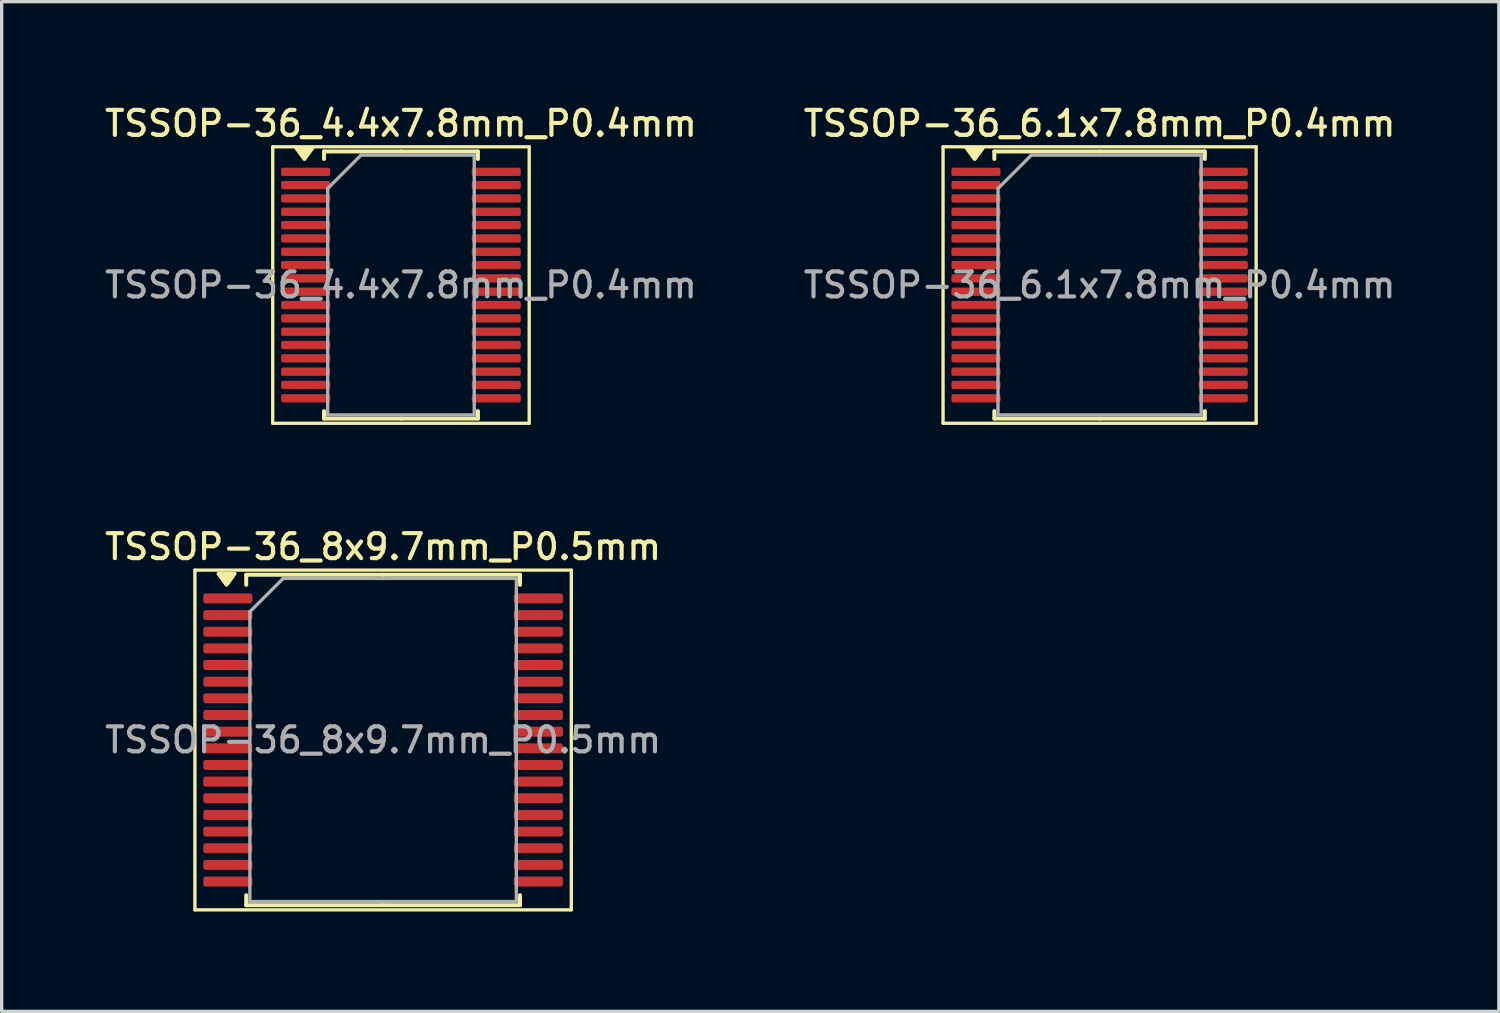
<source format=kicad_pcb>
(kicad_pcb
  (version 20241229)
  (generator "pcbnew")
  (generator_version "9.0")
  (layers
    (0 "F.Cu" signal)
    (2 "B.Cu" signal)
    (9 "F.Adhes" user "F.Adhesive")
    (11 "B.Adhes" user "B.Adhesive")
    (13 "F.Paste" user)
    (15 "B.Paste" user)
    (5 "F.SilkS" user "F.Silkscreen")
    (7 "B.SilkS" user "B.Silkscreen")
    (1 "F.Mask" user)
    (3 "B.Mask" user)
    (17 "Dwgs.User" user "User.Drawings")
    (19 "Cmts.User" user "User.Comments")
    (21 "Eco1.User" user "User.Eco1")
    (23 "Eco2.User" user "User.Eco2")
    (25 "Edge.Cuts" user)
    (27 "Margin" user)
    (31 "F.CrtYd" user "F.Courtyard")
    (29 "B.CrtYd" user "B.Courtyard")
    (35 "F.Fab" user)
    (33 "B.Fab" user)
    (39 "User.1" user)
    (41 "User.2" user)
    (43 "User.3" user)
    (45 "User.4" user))
  (footprint "TSSOP-36_4.4x7.8mm_P0.4mm"
    (layer "F.Cu")
    (at 8.988 5.508)
    (property "Reference" "TSSOP-36_4.4x7.8mm_P0.4mm" (at 0 -4.85 0) (layer "F.SilkS") (effects (font (size 0.75 0.75) (thickness 0.125))))
    (attr smd)
    (fp_line (start -3.85 -4.15) (end -3.85 4.15) (stroke (width 0.1) (type solid)) (layer "F.SilkS"))
    (fp_line (start -3.85 4.15) (end 3.85 4.15) (stroke (width 0.1) (type solid)) (layer "F.SilkS"))
    (fp_line (start -2.31 -4.01) (end -2.31 -3.785) (stroke (width 0.12) (type solid)) (layer "F.SilkS"))
    (fp_line (start -2.31 4.01) (end -2.31 3.785) (stroke (width 0.12) (type solid)) (layer "F.SilkS"))
    (fp_line (start 0 -4.01) (end -2.31 -4.01) (stroke (width 0.12) (type solid)) (layer "F.SilkS"))
    (fp_line (start 0 -4.01) (end 2.31 -4.01) (stroke (width 0.12) (type solid)) (layer "F.SilkS"))
    (fp_line (start 0 4.01) (end -2.31 4.01) (stroke (width 0.12) (type solid)) (layer "F.SilkS"))
    (fp_line (start 0 4.01) (end 2.31 4.01) (stroke (width 0.12) (type solid)) (layer "F.SilkS"))
    (fp_line (start 2.31 -4.01) (end 2.31 -3.785) (stroke (width 0.12) (type solid)) (layer "F.SilkS"))
    (fp_line (start 2.31 4.01) (end 2.31 3.785) (stroke (width 0.12) (type solid)) (layer "F.SilkS"))
    (fp_line (start 3.85 -4.15) (end -3.85 -4.15) (stroke (width 0.1) (type solid)) (layer "F.SilkS"))
    (fp_line (start 3.85 4.15) (end 3.85 -4.15) (stroke (width 0.1) (type solid)) (layer "F.SilkS"))
    (fp_poly (pts (xy -2.9 -3.785) (xy -3.14 -4.115) (xy -2.66 -4.115) (xy -2.9 -3.785)) (stroke (width 0.12) (type solid)) (fill yes) (layer "F.SilkS"))
    (fp_line (start -2.2 -2.9) (end -1.2 -3.9) (stroke (width 0.1) (type solid)) (layer "F.Fab"))
    (fp_line (start -2.2 3.9) (end -2.2 -2.9) (stroke (width 0.1) (type solid)) (layer "F.Fab"))
    (fp_line (start -1.2 -3.9) (end 2.2 -3.9) (stroke (width 0.1) (type solid)) (layer "F.Fab"))
    (fp_line (start 2.2 -3.9) (end 2.2 3.9) (stroke (width 0.1) (type solid)) (layer "F.Fab"))
    (fp_line (start 2.2 3.9) (end -2.2 3.9) (stroke (width 0.1) (type solid)) (layer "F.Fab"))
    (fp_text user "${REFERENCE}" (at 0 0 0) (layer "F.Fab") (effects (font (size 0.75 0.75) (thickness 0.125))))
    (pad "1" smd roundrect (at -2.862 -3.4) (size 1.475 0.25) (layers "F.Cu" "F.Mask" "F.Paste") (roundrect_rratio 0.25))
    (pad "2" smd roundrect (at -2.862 -3) (size 1.475 0.25) (layers "F.Cu" "F.Mask" "F.Paste") (roundrect_rratio 0.25))
    (pad "3" smd roundrect (at -2.862 -2.6) (size 1.475 0.25) (layers "F.Cu" "F.Mask" "F.Paste") (roundrect_rratio 0.25))
    (pad "4" smd roundrect (at -2.862 -2.2) (size 1.475 0.25) (layers "F.Cu" "F.Mask" "F.Paste") (roundrect_rratio 0.25))
    (pad "5" smd roundrect (at -2.862 -1.8) (size 1.475 0.25) (layers "F.Cu" "F.Mask" "F.Paste") (roundrect_rratio 0.25))
    (pad "6" smd roundrect (at -2.862 -1.4) (size 1.475 0.25) (layers "F.Cu" "F.Mask" "F.Paste") (roundrect_rratio 0.25))
    (pad "7" smd roundrect (at -2.862 -1) (size 1.475 0.25) (layers "F.Cu" "F.Mask" "F.Paste") (roundrect_rratio 0.25))
    (pad "8" smd roundrect (at -2.862 -0.6) (size 1.475 0.25) (layers "F.Cu" "F.Mask" "F.Paste") (roundrect_rratio 0.25))
    (pad "9" smd roundrect (at -2.862 -0.2) (size 1.475 0.25) (layers "F.Cu" "F.Mask" "F.Paste") (roundrect_rratio 0.25))
    (pad "10" smd roundrect (at -2.862 0.2) (size 1.475 0.25) (layers "F.Cu" "F.Mask" "F.Paste") (roundrect_rratio 0.25))
    (pad "11" smd roundrect (at -2.862 0.6) (size 1.475 0.25) (layers "F.Cu" "F.Mask" "F.Paste") (roundrect_rratio 0.25))
    (pad "12" smd roundrect (at -2.862 1) (size 1.475 0.25) (layers "F.Cu" "F.Mask" "F.Paste") (roundrect_rratio 0.25))
    (pad "13" smd roundrect (at -2.862 1.4) (size 1.475 0.25) (layers "F.Cu" "F.Mask" "F.Paste") (roundrect_rratio 0.25))
    (pad "14" smd roundrect (at -2.862 1.8) (size 1.475 0.25) (layers "F.Cu" "F.Mask" "F.Paste") (roundrect_rratio 0.25))
    (pad "15" smd roundrect (at -2.862 2.2) (size 1.475 0.25) (layers "F.Cu" "F.Mask" "F.Paste") (roundrect_rratio 0.25))
    (pad "16" smd roundrect (at -2.862 2.6) (size 1.475 0.25) (layers "F.Cu" "F.Mask" "F.Paste") (roundrect_rratio 0.25))
    (pad "17" smd roundrect (at -2.862 3) (size 1.475 0.25) (layers "F.Cu" "F.Mask" "F.Paste") (roundrect_rratio 0.25))
    (pad "18" smd roundrect (at -2.862 3.4) (size 1.475 0.25) (layers "F.Cu" "F.Mask" "F.Paste") (roundrect_rratio 0.25))
    (pad "19" smd roundrect (at 2.862 3.4) (size 1.475 0.25) (layers "F.Cu" "F.Mask" "F.Paste") (roundrect_rratio 0.25))
    (pad "20" smd roundrect (at 2.862 3) (size 1.475 0.25) (layers "F.Cu" "F.Mask" "F.Paste") (roundrect_rratio 0.25))
    (pad "21" smd roundrect (at 2.862 2.6) (size 1.475 0.25) (layers "F.Cu" "F.Mask" "F.Paste") (roundrect_rratio 0.25))
    (pad "22" smd roundrect (at 2.862 2.2) (size 1.475 0.25) (layers "F.Cu" "F.Mask" "F.Paste") (roundrect_rratio 0.25))
    (pad "23" smd roundrect (at 2.862 1.8) (size 1.475 0.25) (layers "F.Cu" "F.Mask" "F.Paste") (roundrect_rratio 0.25))
    (pad "24" smd roundrect (at 2.862 1.4) (size 1.475 0.25) (layers "F.Cu" "F.Mask" "F.Paste") (roundrect_rratio 0.25))
    (pad "25" smd roundrect (at 2.862 1) (size 1.475 0.25) (layers "F.Cu" "F.Mask" "F.Paste") (roundrect_rratio 0.25))
    (pad "26" smd roundrect (at 2.862 0.6) (size 1.475 0.25) (layers "F.Cu" "F.Mask" "F.Paste") (roundrect_rratio 0.25))
    (pad "27" smd roundrect (at 2.862 0.2) (size 1.475 0.25) (layers "F.Cu" "F.Mask" "F.Paste") (roundrect_rratio 0.25))
    (pad "28" smd roundrect (at 2.862 -0.2) (size 1.475 0.25) (layers "F.Cu" "F.Mask" "F.Paste") (roundrect_rratio 0.25))
    (pad "29" smd roundrect (at 2.862 -0.6) (size 1.475 0.25) (layers "F.Cu" "F.Mask" "F.Paste") (roundrect_rratio 0.25))
    (pad "30" smd roundrect (at 2.862 -1) (size 1.475 0.25) (layers "F.Cu" "F.Mask" "F.Paste") (roundrect_rratio 0.25))
    (pad "31" smd roundrect (at 2.862 -1.4) (size 1.475 0.25) (layers "F.Cu" "F.Mask" "F.Paste") (roundrect_rratio 0.25))
    (pad "32" smd roundrect (at 2.862 -1.8) (size 1.475 0.25) (layers "F.Cu" "F.Mask" "F.Paste") (roundrect_rratio 0.25))
    (pad "33" smd roundrect (at 2.862 -2.2) (size 1.475 0.25) (layers "F.Cu" "F.Mask" "F.Paste") (roundrect_rratio 0.25))
    (pad "34" smd roundrect (at 2.862 -2.6) (size 1.475 0.25) (layers "F.Cu" "F.Mask" "F.Paste") (roundrect_rratio 0.25))
    (pad "35" smd roundrect (at 2.862 -3) (size 1.475 0.25) (layers "F.Cu" "F.Mask" "F.Paste") (roundrect_rratio 0.25))
    (pad "36" smd roundrect (at 2.862 -3.4) (size 1.475 0.25) (layers "F.Cu" "F.Mask" "F.Paste") (roundrect_rratio 0.25)))
  (footprint "TSSOP-36_6.1x7.8mm_P0.4mm"
    (layer "F.Cu")
    (at 29.963 5.508)
    (property "Reference" "TSSOP-36_6.1x7.8mm_P0.4mm" (at 0 -4.85 0) (layer "F.SilkS") (effects (font (size 0.75 0.75) (thickness 0.125))))
    (attr smd)
    (fp_line (start -4.7 -4.15) (end -4.7 4.15) (stroke (width 0.1) (type solid)) (layer "F.SilkS"))
    (fp_line (start -4.7 4.15) (end 4.7 4.15) (stroke (width 0.1) (type solid)) (layer "F.SilkS"))
    (fp_line (start -3.16 -4.01) (end -3.16 -3.785) (stroke (width 0.12) (type solid)) (layer "F.SilkS"))
    (fp_line (start -3.16 4.01) (end -3.16 3.785) (stroke (width 0.12) (type solid)) (layer "F.SilkS"))
    (fp_line (start 0 -4.01) (end -3.16 -4.01) (stroke (width 0.12) (type solid)) (layer "F.SilkS"))
    (fp_line (start 0 -4.01) (end 3.16 -4.01) (stroke (width 0.12) (type solid)) (layer "F.SilkS"))
    (fp_line (start 0 4.01) (end -3.16 4.01) (stroke (width 0.12) (type solid)) (layer "F.SilkS"))
    (fp_line (start 0 4.01) (end 3.16 4.01) (stroke (width 0.12) (type solid)) (layer "F.SilkS"))
    (fp_line (start 3.16 -4.01) (end 3.16 -3.785) (stroke (width 0.12) (type solid)) (layer "F.SilkS"))
    (fp_line (start 3.16 4.01) (end 3.16 3.785) (stroke (width 0.12) (type solid)) (layer "F.SilkS"))
    (fp_line (start 4.7 -4.15) (end -4.7 -4.15) (stroke (width 0.1) (type solid)) (layer "F.SilkS"))
    (fp_line (start 4.7 4.15) (end 4.7 -4.15) (stroke (width 0.1) (type solid)) (layer "F.SilkS"))
    (fp_poly (pts (xy -3.75 -3.785) (xy -3.99 -4.115) (xy -3.51 -4.115) (xy -3.75 -3.785)) (stroke (width 0.12) (type solid)) (fill yes) (layer "F.SilkS"))
    (fp_line (start -3.05 -2.9) (end -2.05 -3.9) (stroke (width 0.1) (type solid)) (layer "F.Fab"))
    (fp_line (start -3.05 3.9) (end -3.05 -2.9) (stroke (width 0.1) (type solid)) (layer "F.Fab"))
    (fp_line (start -2.05 -3.9) (end 3.05 -3.9) (stroke (width 0.1) (type solid)) (layer "F.Fab"))
    (fp_line (start 3.05 -3.9) (end 3.05 3.9) (stroke (width 0.1) (type solid)) (layer "F.Fab"))
    (fp_line (start 3.05 3.9) (end -3.05 3.9) (stroke (width 0.1) (type solid)) (layer "F.Fab"))
    (fp_text user "${REFERENCE}" (at 0 0 0) (layer "F.Fab") (effects (font (size 0.75 0.75) (thickness 0.125))))
    (pad "1" smd roundrect (at -3.712 -3.4) (size 1.475 0.25) (layers "F.Cu" "F.Mask" "F.Paste") (roundrect_rratio 0.25))
    (pad "2" smd roundrect (at -3.712 -3) (size 1.475 0.25) (layers "F.Cu" "F.Mask" "F.Paste") (roundrect_rratio 0.25))
    (pad "3" smd roundrect (at -3.712 -2.6) (size 1.475 0.25) (layers "F.Cu" "F.Mask" "F.Paste") (roundrect_rratio 0.25))
    (pad "4" smd roundrect (at -3.712 -2.2) (size 1.475 0.25) (layers "F.Cu" "F.Mask" "F.Paste") (roundrect_rratio 0.25))
    (pad "5" smd roundrect (at -3.712 -1.8) (size 1.475 0.25) (layers "F.Cu" "F.Mask" "F.Paste") (roundrect_rratio 0.25))
    (pad "6" smd roundrect (at -3.712 -1.4) (size 1.475 0.25) (layers "F.Cu" "F.Mask" "F.Paste") (roundrect_rratio 0.25))
    (pad "7" smd roundrect (at -3.712 -1) (size 1.475 0.25) (layers "F.Cu" "F.Mask" "F.Paste") (roundrect_rratio 0.25))
    (pad "8" smd roundrect (at -3.712 -0.6) (size 1.475 0.25) (layers "F.Cu" "F.Mask" "F.Paste") (roundrect_rratio 0.25))
    (pad "9" smd roundrect (at -3.712 -0.2) (size 1.475 0.25) (layers "F.Cu" "F.Mask" "F.Paste") (roundrect_rratio 0.25))
    (pad "10" smd roundrect (at -3.712 0.2) (size 1.475 0.25) (layers "F.Cu" "F.Mask" "F.Paste") (roundrect_rratio 0.25))
    (pad "11" smd roundrect (at -3.712 0.6) (size 1.475 0.25) (layers "F.Cu" "F.Mask" "F.Paste") (roundrect_rratio 0.25))
    (pad "12" smd roundrect (at -3.712 1) (size 1.475 0.25) (layers "F.Cu" "F.Mask" "F.Paste") (roundrect_rratio 0.25))
    (pad "13" smd roundrect (at -3.712 1.4) (size 1.475 0.25) (layers "F.Cu" "F.Mask" "F.Paste") (roundrect_rratio 0.25))
    (pad "14" smd roundrect (at -3.712 1.8) (size 1.475 0.25) (layers "F.Cu" "F.Mask" "F.Paste") (roundrect_rratio 0.25))
    (pad "15" smd roundrect (at -3.712 2.2) (size 1.475 0.25) (layers "F.Cu" "F.Mask" "F.Paste") (roundrect_rratio 0.25))
    (pad "16" smd roundrect (at -3.712 2.6) (size 1.475 0.25) (layers "F.Cu" "F.Mask" "F.Paste") (roundrect_rratio 0.25))
    (pad "17" smd roundrect (at -3.712 3) (size 1.475 0.25) (layers "F.Cu" "F.Mask" "F.Paste") (roundrect_rratio 0.25))
    (pad "18" smd roundrect (at -3.712 3.4) (size 1.475 0.25) (layers "F.Cu" "F.Mask" "F.Paste") (roundrect_rratio 0.25))
    (pad "19" smd roundrect (at 3.712 3.4) (size 1.475 0.25) (layers "F.Cu" "F.Mask" "F.Paste") (roundrect_rratio 0.25))
    (pad "20" smd roundrect (at 3.712 3) (size 1.475 0.25) (layers "F.Cu" "F.Mask" "F.Paste") (roundrect_rratio 0.25))
    (pad "21" smd roundrect (at 3.712 2.6) (size 1.475 0.25) (layers "F.Cu" "F.Mask" "F.Paste") (roundrect_rratio 0.25))
    (pad "22" smd roundrect (at 3.712 2.2) (size 1.475 0.25) (layers "F.Cu" "F.Mask" "F.Paste") (roundrect_rratio 0.25))
    (pad "23" smd roundrect (at 3.712 1.8) (size 1.475 0.25) (layers "F.Cu" "F.Mask" "F.Paste") (roundrect_rratio 0.25))
    (pad "24" smd roundrect (at 3.712 1.4) (size 1.475 0.25) (layers "F.Cu" "F.Mask" "F.Paste") (roundrect_rratio 0.25))
    (pad "25" smd roundrect (at 3.712 1) (size 1.475 0.25) (layers "F.Cu" "F.Mask" "F.Paste") (roundrect_rratio 0.25))
    (pad "26" smd roundrect (at 3.712 0.6) (size 1.475 0.25) (layers "F.Cu" "F.Mask" "F.Paste") (roundrect_rratio 0.25))
    (pad "27" smd roundrect (at 3.712 0.2) (size 1.475 0.25) (layers "F.Cu" "F.Mask" "F.Paste") (roundrect_rratio 0.25))
    (pad "28" smd roundrect (at 3.712 -0.2) (size 1.475 0.25) (layers "F.Cu" "F.Mask" "F.Paste") (roundrect_rratio 0.25))
    (pad "29" smd roundrect (at 3.712 -0.6) (size 1.475 0.25) (layers "F.Cu" "F.Mask" "F.Paste") (roundrect_rratio 0.25))
    (pad "30" smd roundrect (at 3.712 -1) (size 1.475 0.25) (layers "F.Cu" "F.Mask" "F.Paste") (roundrect_rratio 0.25))
    (pad "31" smd roundrect (at 3.712 -1.4) (size 1.475 0.25) (layers "F.Cu" "F.Mask" "F.Paste") (roundrect_rratio 0.25))
    (pad "32" smd roundrect (at 3.712 -1.8) (size 1.475 0.25) (layers "F.Cu" "F.Mask" "F.Paste") (roundrect_rratio 0.25))
    (pad "33" smd roundrect (at 3.712 -2.2) (size 1.475 0.25) (layers "F.Cu" "F.Mask" "F.Paste") (roundrect_rratio 0.25))
    (pad "34" smd roundrect (at 3.712 -2.6) (size 1.475 0.25) (layers "F.Cu" "F.Mask" "F.Paste") (roundrect_rratio 0.25))
    (pad "35" smd roundrect (at 3.712 -3) (size 1.475 0.25) (layers "F.Cu" "F.Mask" "F.Paste") (roundrect_rratio 0.25))
    (pad "36" smd roundrect (at 3.712 -3.4) (size 1.475 0.25) (layers "F.Cu" "F.Mask" "F.Paste") (roundrect_rratio 0.25)))
  (footprint "TSSOP-36_8x9.7mm_P0.5mm"
    (layer "F.Cu")
    (at 8.452 19.166)
    (property "Reference" "TSSOP-36_8x9.7mm_P0.5mm" (at 0 -5.8 0) (layer "F.SilkS") (effects (font (size 0.75 0.75) (thickness 0.125))))
    (attr smd)
    (fp_line (start -5.65 -5.1) (end -5.65 5.1) (stroke (width 0.1) (type solid)) (layer "F.SilkS"))
    (fp_line (start -5.65 5.1) (end 5.65 5.1) (stroke (width 0.1) (type solid)) (layer "F.SilkS"))
    (fp_line (start -4.11 -4.96) (end -4.11 -4.66) (stroke (width 0.12) (type solid)) (layer "F.SilkS"))
    (fp_line (start -4.11 4.96) (end -4.11 4.66) (stroke (width 0.12) (type solid)) (layer "F.SilkS"))
    (fp_line (start 0 -4.96) (end -4.11 -4.96) (stroke (width 0.12) (type solid)) (layer "F.SilkS"))
    (fp_line (start 0 -4.96) (end 4.11 -4.96) (stroke (width 0.12) (type solid)) (layer "F.SilkS"))
    (fp_line (start 0 4.96) (end -4.11 4.96) (stroke (width 0.12) (type solid)) (layer "F.SilkS"))
    (fp_line (start 0 4.96) (end 4.11 4.96) (stroke (width 0.12) (type solid)) (layer "F.SilkS"))
    (fp_line (start 4.11 -4.96) (end 4.11 -4.66) (stroke (width 0.12) (type solid)) (layer "F.SilkS"))
    (fp_line (start 4.11 4.96) (end 4.11 4.66) (stroke (width 0.12) (type solid)) (layer "F.SilkS"))
    (fp_line (start 5.65 -5.1) (end -5.65 -5.1) (stroke (width 0.1) (type solid)) (layer "F.SilkS"))
    (fp_line (start 5.65 5.1) (end 5.65 -5.1) (stroke (width 0.1) (type solid)) (layer "F.SilkS"))
    (fp_poly (pts (xy -4.7 -4.66) (xy -4.94 -4.99) (xy -4.46 -4.99) (xy -4.7 -4.66)) (stroke (width 0.12) (type solid)) (fill yes) (layer "F.SilkS"))
    (fp_line (start -4 -3.85) (end -3 -4.85) (stroke (width 0.1) (type solid)) (layer "F.Fab"))
    (fp_line (start -4 4.85) (end -4 -3.85) (stroke (width 0.1) (type solid)) (layer "F.Fab"))
    (fp_line (start -3 -4.85) (end 4 -4.85) (stroke (width 0.1) (type solid)) (layer "F.Fab"))
    (fp_line (start 4 -4.85) (end 4 4.85) (stroke (width 0.1) (type solid)) (layer "F.Fab"))
    (fp_line (start 4 4.85) (end -4 4.85) (stroke (width 0.1) (type solid)) (layer "F.Fab"))
    (fp_text user "${REFERENCE}" (at 0 0 0) (layer "F.Fab") (effects (font (size 0.75 0.75) (thickness 0.125))))
    (pad "1" smd roundrect (at -4.662 -4.25) (size 1.475 0.3) (layers "F.Cu" "F.Mask" "F.Paste") (roundrect_rratio 0.25))
    (pad "2" smd roundrect (at -4.662 -3.75) (size 1.475 0.3) (layers "F.Cu" "F.Mask" "F.Paste") (roundrect_rratio 0.25))
    (pad "3" smd roundrect (at -4.662 -3.25) (size 1.475 0.3) (layers "F.Cu" "F.Mask" "F.Paste") (roundrect_rratio 0.25))
    (pad "4" smd roundrect (at -4.662 -2.75) (size 1.475 0.3) (layers "F.Cu" "F.Mask" "F.Paste") (roundrect_rratio 0.25))
    (pad "5" smd roundrect (at -4.662 -2.25) (size 1.475 0.3) (layers "F.Cu" "F.Mask" "F.Paste") (roundrect_rratio 0.25))
    (pad "6" smd roundrect (at -4.662 -1.75) (size 1.475 0.3) (layers "F.Cu" "F.Mask" "F.Paste") (roundrect_rratio 0.25))
    (pad "7" smd roundrect (at -4.662 -1.25) (size 1.475 0.3) (layers "F.Cu" "F.Mask" "F.Paste") (roundrect_rratio 0.25))
    (pad "8" smd roundrect (at -4.662 -0.75) (size 1.475 0.3) (layers "F.Cu" "F.Mask" "F.Paste") (roundrect_rratio 0.25))
    (pad "9" smd roundrect (at -4.662 -0.25) (size 1.475 0.3) (layers "F.Cu" "F.Mask" "F.Paste") (roundrect_rratio 0.25))
    (pad "10" smd roundrect (at -4.662 0.25) (size 1.475 0.3) (layers "F.Cu" "F.Mask" "F.Paste") (roundrect_rratio 0.25))
    (pad "11" smd roundrect (at -4.662 0.75) (size 1.475 0.3) (layers "F.Cu" "F.Mask" "F.Paste") (roundrect_rratio 0.25))
    (pad "12" smd roundrect (at -4.662 1.25) (size 1.475 0.3) (layers "F.Cu" "F.Mask" "F.Paste") (roundrect_rratio 0.25))
    (pad "13" smd roundrect (at -4.662 1.75) (size 1.475 0.3) (layers "F.Cu" "F.Mask" "F.Paste") (roundrect_rratio 0.25))
    (pad "14" smd roundrect (at -4.662 2.25) (size 1.475 0.3) (layers "F.Cu" "F.Mask" "F.Paste") (roundrect_rratio 0.25))
    (pad "15" smd roundrect (at -4.662 2.75) (size 1.475 0.3) (layers "F.Cu" "F.Mask" "F.Paste") (roundrect_rratio 0.25))
    (pad "16" smd roundrect (at -4.662 3.25) (size 1.475 0.3) (layers "F.Cu" "F.Mask" "F.Paste") (roundrect_rratio 0.25))
    (pad "17" smd roundrect (at -4.662 3.75) (size 1.475 0.3) (layers "F.Cu" "F.Mask" "F.Paste") (roundrect_rratio 0.25))
    (pad "18" smd roundrect (at -4.662 4.25) (size 1.475 0.3) (layers "F.Cu" "F.Mask" "F.Paste") (roundrect_rratio 0.25))
    (pad "19" smd roundrect (at 4.662 4.25) (size 1.475 0.3) (layers "F.Cu" "F.Mask" "F.Paste") (roundrect_rratio 0.25))
    (pad "20" smd roundrect (at 4.662 3.75) (size 1.475 0.3) (layers "F.Cu" "F.Mask" "F.Paste") (roundrect_rratio 0.25))
    (pad "21" smd roundrect (at 4.662 3.25) (size 1.475 0.3) (layers "F.Cu" "F.Mask" "F.Paste") (roundrect_rratio 0.25))
    (pad "22" smd roundrect (at 4.662 2.75) (size 1.475 0.3) (layers "F.Cu" "F.Mask" "F.Paste") (roundrect_rratio 0.25))
    (pad "23" smd roundrect (at 4.662 2.25) (size 1.475 0.3) (layers "F.Cu" "F.Mask" "F.Paste") (roundrect_rratio 0.25))
    (pad "24" smd roundrect (at 4.662 1.75) (size 1.475 0.3) (layers "F.Cu" "F.Mask" "F.Paste") (roundrect_rratio 0.25))
    (pad "25" smd roundrect (at 4.662 1.25) (size 1.475 0.3) (layers "F.Cu" "F.Mask" "F.Paste") (roundrect_rratio 0.25))
    (pad "26" smd roundrect (at 4.662 0.75) (size 1.475 0.3) (layers "F.Cu" "F.Mask" "F.Paste") (roundrect_rratio 0.25))
    (pad "27" smd roundrect (at 4.662 0.25) (size 1.475 0.3) (layers "F.Cu" "F.Mask" "F.Paste") (roundrect_rratio 0.25))
    (pad "28" smd roundrect (at 4.662 -0.25) (size 1.475 0.3) (layers "F.Cu" "F.Mask" "F.Paste") (roundrect_rratio 0.25))
    (pad "29" smd roundrect (at 4.662 -0.75) (size 1.475 0.3) (layers "F.Cu" "F.Mask" "F.Paste") (roundrect_rratio 0.25))
    (pad "30" smd roundrect (at 4.662 -1.25) (size 1.475 0.3) (layers "F.Cu" "F.Mask" "F.Paste") (roundrect_rratio 0.25))
    (pad "31" smd roundrect (at 4.662 -1.75) (size 1.475 0.3) (layers "F.Cu" "F.Mask" "F.Paste") (roundrect_rratio 0.25))
    (pad "32" smd roundrect (at 4.662 -2.25) (size 1.475 0.3) (layers "F.Cu" "F.Mask" "F.Paste") (roundrect_rratio 0.25))
    (pad "33" smd roundrect (at 4.662 -2.75) (size 1.475 0.3) (layers "F.Cu" "F.Mask" "F.Paste") (roundrect_rratio 0.25))
    (pad "34" smd roundrect (at 4.662 -3.25) (size 1.475 0.3) (layers "F.Cu" "F.Mask" "F.Paste") (roundrect_rratio 0.25))
    (pad "35" smd roundrect (at 4.662 -3.75) (size 1.475 0.3) (layers "F.Cu" "F.Mask" "F.Paste") (roundrect_rratio 0.25))
    (pad "36" smd roundrect (at 4.662 -4.25) (size 1.475 0.3) (layers "F.Cu" "F.Mask" "F.Paste") (roundrect_rratio 0.25)))
  (gr_rect
    (start -3 -3)
    (end 41.95 27.316)
    (stroke (width 0.1) (type default))
    (fill no)
    (layer "Edge.Cuts")))
</source>
